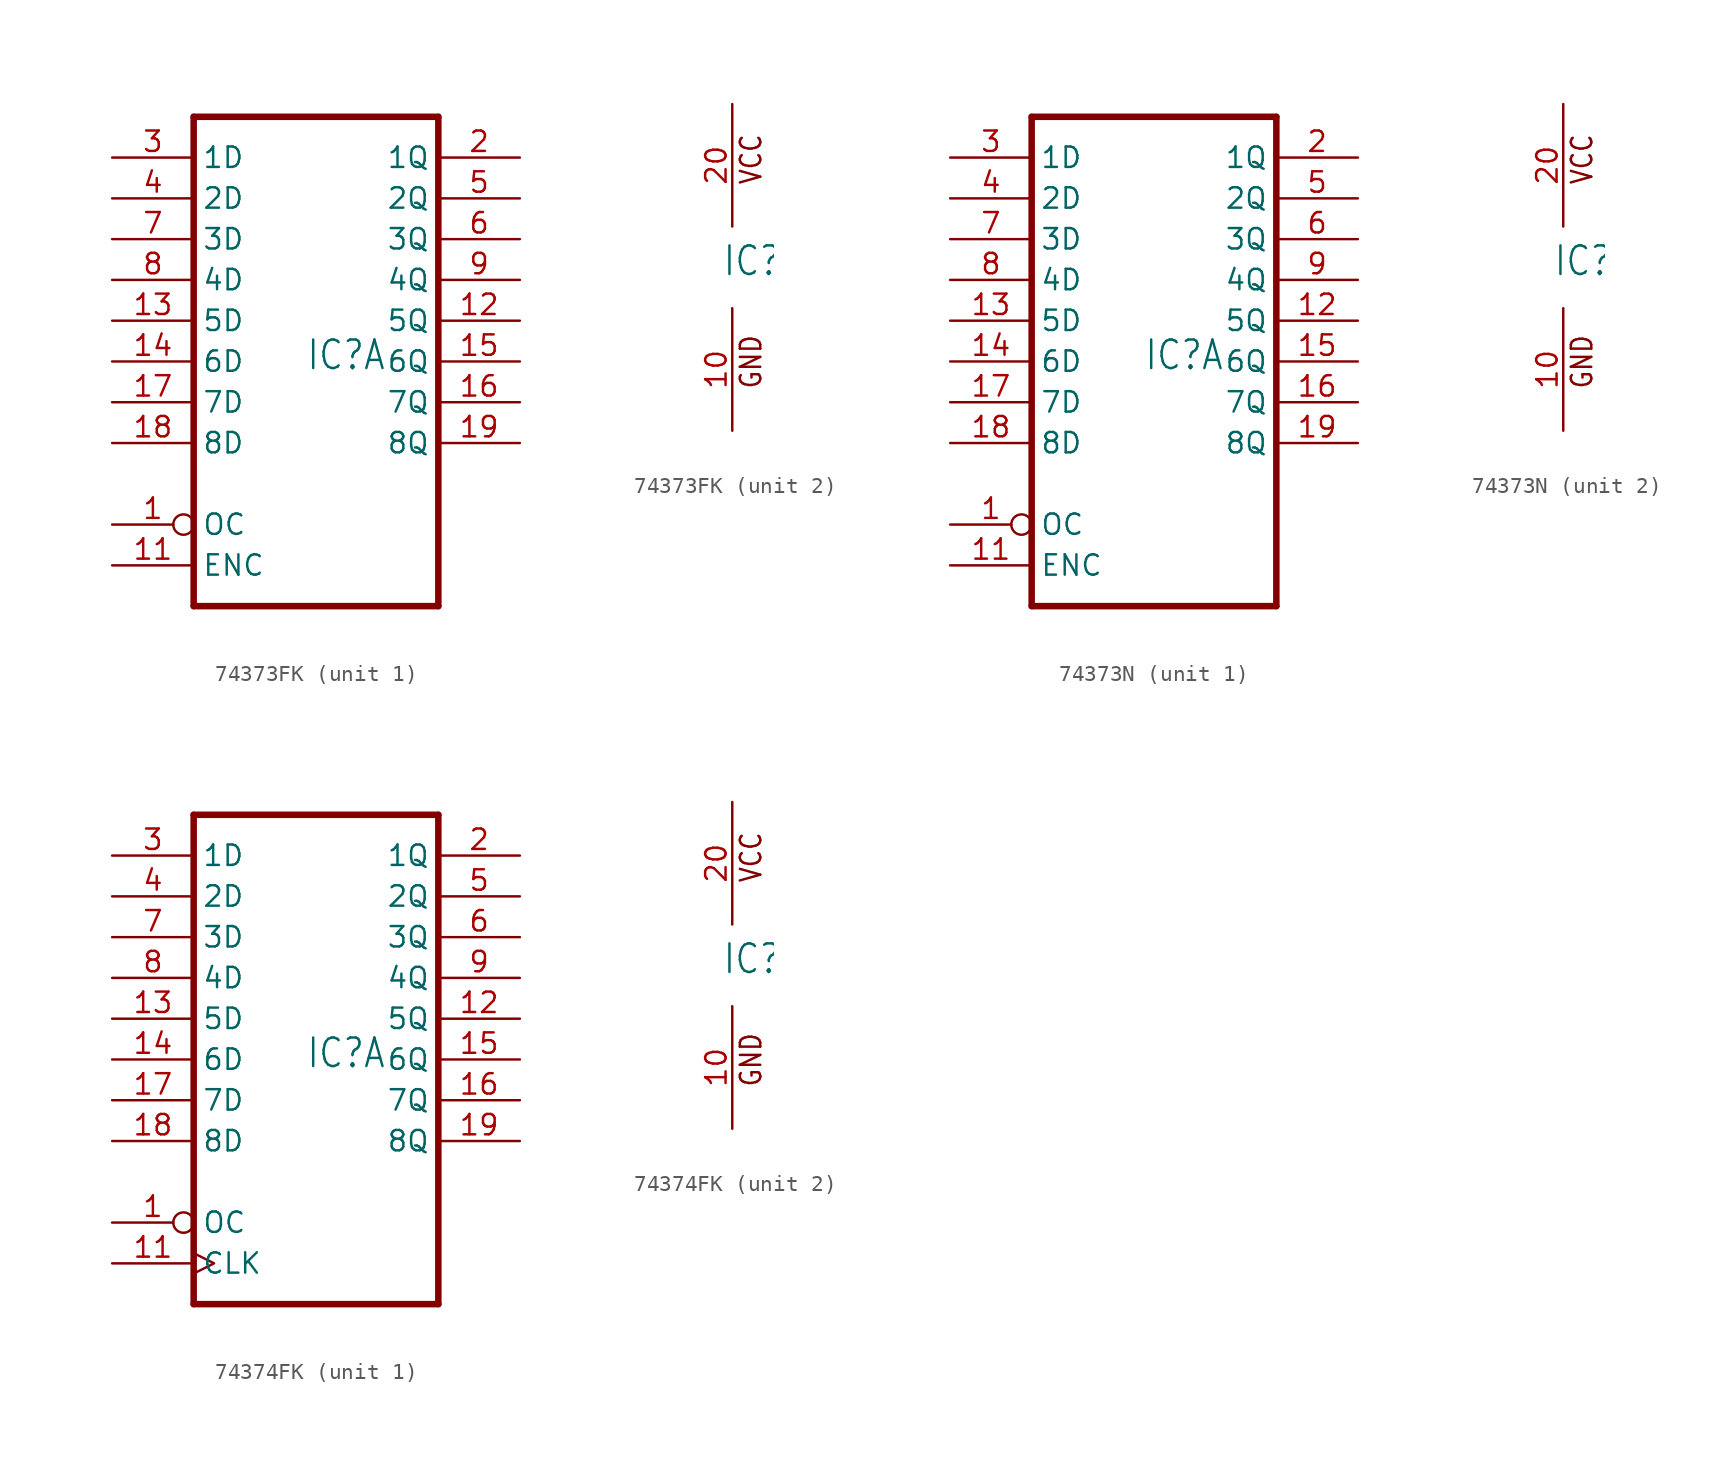
<source format=kicad_sym>
(kicad_symbol_lib
  (version 20220914)
  (generator kicad_symbol_editor)
  (symbol "74373FK"
    (property "Reference" "IC"
      (at -0.635 -0.635 0)
      (effects (font (size 1.778 1.511)) (justify left bottom)))
    (property "ki_locked" ""
      (at 0 0 0)
      (effects (font (size 1.27 1.27))))
    (symbol "74373FK_1_0"
      (polyline (pts (xy -7.62 -15.24) (xy 7.62 -15.24)) (stroke (width 0.406) (type default)) (fill (type none)))
      (polyline (pts (xy -7.62 15.24) (xy -7.62 -15.24)) (stroke (width 0.406) (type default)) (fill (type none)))
      (polyline (pts (xy 7.62 -15.24) (xy 7.62 15.24)) (stroke (width 0.406) (type default)) (fill (type none)))
      (polyline (pts (xy 7.62 15.24) (xy -7.62 15.24)) (stroke (width 0.406) (type default)) (fill (type none)))
      (pin input inverted (at -12.7 -10.16 0) (length 5.08) (name "OC" (effects (font (size 1.27 1.27)))) (number "1" (effects (font (size 1.27 1.27)))))
      (pin input line (at -12.7 -12.7 0) (length 5.08) (name "ENC" (effects (font (size 1.27 1.27)))) (number "11" (effects (font (size 1.27 1.27)))))
      (pin tri_state line (at 12.7 2.54 180) (length 5.08) (name "5Q" (effects (font (size 1.27 1.27)))) (number "12" (effects (font (size 1.27 1.27)))))
      (pin input line (at -12.7 2.54 0) (length 5.08) (name "5D" (effects (font (size 1.27 1.27)))) (number "13" (effects (font (size 1.27 1.27)))))
      (pin input line (at -12.7 0 0) (length 5.08) (name "6D" (effects (font (size 1.27 1.27)))) (number "14" (effects (font (size 1.27 1.27)))))
      (pin tri_state line (at 12.7 0 180) (length 5.08) (name "6Q" (effects (font (size 1.27 1.27)))) (number "15" (effects (font (size 1.27 1.27)))))
      (pin tri_state line (at 12.7 -2.54 180) (length 5.08) (name "7Q" (effects (font (size 1.27 1.27)))) (number "16" (effects (font (size 1.27 1.27)))))
      (pin input line (at -12.7 -2.54 0) (length 5.08) (name "7D" (effects (font (size 1.27 1.27)))) (number "17" (effects (font (size 1.27 1.27)))))
      (pin input line (at -12.7 -5.08 0) (length 5.08) (name "8D" (effects (font (size 1.27 1.27)))) (number "18" (effects (font (size 1.27 1.27)))))
      (pin tri_state line (at 12.7 -5.08 180) (length 5.08) (name "8Q" (effects (font (size 1.27 1.27)))) (number "19" (effects (font (size 1.27 1.27)))))
      (pin tri_state line (at 12.7 12.7 180) (length 5.08) (name "1Q" (effects (font (size 1.27 1.27)))) (number "2" (effects (font (size 1.27 1.27)))))
      (pin input line (at -12.7 12.7 0) (length 5.08) (name "1D" (effects (font (size 1.27 1.27)))) (number "3" (effects (font (size 1.27 1.27)))))
      (pin input line (at -12.7 10.16 0) (length 5.08) (name "2D" (effects (font (size 1.27 1.27)))) (number "4" (effects (font (size 1.27 1.27)))))
      (pin tri_state line (at 12.7 10.16 180) (length 5.08) (name "2Q" (effects (font (size 1.27 1.27)))) (number "5" (effects (font (size 1.27 1.27)))))
      (pin tri_state line (at 12.7 7.62 180) (length 5.08) (name "3Q" (effects (font (size 1.27 1.27)))) (number "6" (effects (font (size 1.27 1.27)))))
      (pin input line (at -12.7 7.62 0) (length 5.08) (name "3D" (effects (font (size 1.27 1.27)))) (number "7" (effects (font (size 1.27 1.27)))))
      (pin input line (at -12.7 5.08 0) (length 5.08) (name "4D" (effects (font (size 1.27 1.27)))) (number "8" (effects (font (size 1.27 1.27)))))
      (pin tri_state line (at 12.7 5.08 180) (length 5.08) (name "4Q" (effects (font (size 1.27 1.27)))) (number "9" (effects (font (size 1.27 1.27))))))
    (symbol "74373FK_2_0"
      (text "GND" (at 1.905 -7.62 900) (effects (font (size 1.27 1.079)) (justify left bottom)))
      (text "VCC" (at 1.905 5.08 900) (effects (font (size 1.27 1.079)) (justify left bottom)))
      (pin power_in line (at 0 -10.16 90) (length 7.62) (name "GND" (effects (font (size 0 0)))) (number "10" (effects (font (size 1.27 1.27)))))
      (pin power_in line (at 0 10.16 270) (length 7.62) (name "VCC" (effects (font (size 0 0)))) (number "20" (effects (font (size 1.27 1.27)))))))
  (symbol "74373N"
    (property "Reference" "IC"
      (at -0.635 -0.635 0)
      (effects (font (size 1.778 1.511)) (justify left bottom)))
    (property "ki_locked" ""
      (at 0 0 0)
      (effects (font (size 1.27 1.27))))
    (symbol "74373N_1_0"
      (polyline (pts (xy -7.62 -15.24) (xy 7.62 -15.24)) (stroke (width 0.406) (type default)) (fill (type none)))
      (polyline (pts (xy -7.62 15.24) (xy -7.62 -15.24)) (stroke (width 0.406) (type default)) (fill (type none)))
      (polyline (pts (xy 7.62 -15.24) (xy 7.62 15.24)) (stroke (width 0.406) (type default)) (fill (type none)))
      (polyline (pts (xy 7.62 15.24) (xy -7.62 15.24)) (stroke (width 0.406) (type default)) (fill (type none)))
      (pin input inverted (at -12.7 -10.16 0) (length 5.08) (name "OC" (effects (font (size 1.27 1.27)))) (number "1" (effects (font (size 1.27 1.27)))))
      (pin input line (at -12.7 -12.7 0) (length 5.08) (name "ENC" (effects (font (size 1.27 1.27)))) (number "11" (effects (font (size 1.27 1.27)))))
      (pin tri_state line (at 12.7 2.54 180) (length 5.08) (name "5Q" (effects (font (size 1.27 1.27)))) (number "12" (effects (font (size 1.27 1.27)))))
      (pin input line (at -12.7 2.54 0) (length 5.08) (name "5D" (effects (font (size 1.27 1.27)))) (number "13" (effects (font (size 1.27 1.27)))))
      (pin input line (at -12.7 0 0) (length 5.08) (name "6D" (effects (font (size 1.27 1.27)))) (number "14" (effects (font (size 1.27 1.27)))))
      (pin tri_state line (at 12.7 0 180) (length 5.08) (name "6Q" (effects (font (size 1.27 1.27)))) (number "15" (effects (font (size 1.27 1.27)))))
      (pin tri_state line (at 12.7 -2.54 180) (length 5.08) (name "7Q" (effects (font (size 1.27 1.27)))) (number "16" (effects (font (size 1.27 1.27)))))
      (pin input line (at -12.7 -2.54 0) (length 5.08) (name "7D" (effects (font (size 1.27 1.27)))) (number "17" (effects (font (size 1.27 1.27)))))
      (pin input line (at -12.7 -5.08 0) (length 5.08) (name "8D" (effects (font (size 1.27 1.27)))) (number "18" (effects (font (size 1.27 1.27)))))
      (pin tri_state line (at 12.7 -5.08 180) (length 5.08) (name "8Q" (effects (font (size 1.27 1.27)))) (number "19" (effects (font (size 1.27 1.27)))))
      (pin tri_state line (at 12.7 12.7 180) (length 5.08) (name "1Q" (effects (font (size 1.27 1.27)))) (number "2" (effects (font (size 1.27 1.27)))))
      (pin input line (at -12.7 12.7 0) (length 5.08) (name "1D" (effects (font (size 1.27 1.27)))) (number "3" (effects (font (size 1.27 1.27)))))
      (pin input line (at -12.7 10.16 0) (length 5.08) (name "2D" (effects (font (size 1.27 1.27)))) (number "4" (effects (font (size 1.27 1.27)))))
      (pin tri_state line (at 12.7 10.16 180) (length 5.08) (name "2Q" (effects (font (size 1.27 1.27)))) (number "5" (effects (font (size 1.27 1.27)))))
      (pin tri_state line (at 12.7 7.62 180) (length 5.08) (name "3Q" (effects (font (size 1.27 1.27)))) (number "6" (effects (font (size 1.27 1.27)))))
      (pin input line (at -12.7 7.62 0) (length 5.08) (name "3D" (effects (font (size 1.27 1.27)))) (number "7" (effects (font (size 1.27 1.27)))))
      (pin input line (at -12.7 5.08 0) (length 5.08) (name "4D" (effects (font (size 1.27 1.27)))) (number "8" (effects (font (size 1.27 1.27)))))
      (pin tri_state line (at 12.7 5.08 180) (length 5.08) (name "4Q" (effects (font (size 1.27 1.27)))) (number "9" (effects (font (size 1.27 1.27))))))
    (symbol "74373N_2_0"
      (text "GND" (at 1.905 -7.62 900) (effects (font (size 1.27 1.079)) (justify left bottom)))
      (text "VCC" (at 1.905 5.08 900) (effects (font (size 1.27 1.079)) (justify left bottom)))
      (pin power_in line (at 0 -10.16 90) (length 7.62) (name "GND" (effects (font (size 0 0)))) (number "10" (effects (font (size 1.27 1.27)))))
      (pin power_in line (at 0 10.16 270) (length 7.62) (name "VCC" (effects (font (size 0 0)))) (number "20" (effects (font (size 1.27 1.27)))))))
  (symbol "74374FK"
    (property "Reference" "IC"
      (at -0.635 -0.635 0)
      (effects (font (size 1.778 1.511)) (justify left bottom)))
    (property "ki_locked" ""
      (at 0 0 0)
      (effects (font (size 1.27 1.27))))
    (symbol "74374FK_1_0"
      (polyline (pts (xy -7.62 -15.24) (xy 7.62 -15.24)) (stroke (width 0.406) (type default)) (fill (type none)))
      (polyline (pts (xy -7.62 15.24) (xy -7.62 -15.24)) (stroke (width 0.406) (type default)) (fill (type none)))
      (polyline (pts (xy 7.62 -15.24) (xy 7.62 15.24)) (stroke (width 0.406) (type default)) (fill (type none)))
      (polyline (pts (xy 7.62 15.24) (xy -7.62 15.24)) (stroke (width 0.406) (type default)) (fill (type none)))
      (pin input inverted (at -12.7 -10.16 0) (length 5.08) (name "OC" (effects (font (size 1.27 1.27)))) (number "1" (effects (font (size 1.27 1.27)))))
      (pin input clock (at -12.7 -12.7 0) (length 5.08) (name "CLK" (effects (font (size 1.27 1.27)))) (number "11" (effects (font (size 1.27 1.27)))))
      (pin tri_state line (at 12.7 2.54 180) (length 5.08) (name "5Q" (effects (font (size 1.27 1.27)))) (number "12" (effects (font (size 1.27 1.27)))))
      (pin input line (at -12.7 2.54 0) (length 5.08) (name "5D" (effects (font (size 1.27 1.27)))) (number "13" (effects (font (size 1.27 1.27)))))
      (pin input line (at -12.7 0 0) (length 5.08) (name "6D" (effects (font (size 1.27 1.27)))) (number "14" (effects (font (size 1.27 1.27)))))
      (pin tri_state line (at 12.7 0 180) (length 5.08) (name "6Q" (effects (font (size 1.27 1.27)))) (number "15" (effects (font (size 1.27 1.27)))))
      (pin tri_state line (at 12.7 -2.54 180) (length 5.08) (name "7Q" (effects (font (size 1.27 1.27)))) (number "16" (effects (font (size 1.27 1.27)))))
      (pin input line (at -12.7 -2.54 0) (length 5.08) (name "7D" (effects (font (size 1.27 1.27)))) (number "17" (effects (font (size 1.27 1.27)))))
      (pin input line (at -12.7 -5.08 0) (length 5.08) (name "8D" (effects (font (size 1.27 1.27)))) (number "18" (effects (font (size 1.27 1.27)))))
      (pin tri_state line (at 12.7 -5.08 180) (length 5.08) (name "8Q" (effects (font (size 1.27 1.27)))) (number "19" (effects (font (size 1.27 1.27)))))
      (pin tri_state line (at 12.7 12.7 180) (length 5.08) (name "1Q" (effects (font (size 1.27 1.27)))) (number "2" (effects (font (size 1.27 1.27)))))
      (pin input line (at -12.7 12.7 0) (length 5.08) (name "1D" (effects (font (size 1.27 1.27)))) (number "3" (effects (font (size 1.27 1.27)))))
      (pin input line (at -12.7 10.16 0) (length 5.08) (name "2D" (effects (font (size 1.27 1.27)))) (number "4" (effects (font (size 1.27 1.27)))))
      (pin tri_state line (at 12.7 10.16 180) (length 5.08) (name "2Q" (effects (font (size 1.27 1.27)))) (number "5" (effects (font (size 1.27 1.27)))))
      (pin tri_state line (at 12.7 7.62 180) (length 5.08) (name "3Q" (effects (font (size 1.27 1.27)))) (number "6" (effects (font (size 1.27 1.27)))))
      (pin input line (at -12.7 7.62 0) (length 5.08) (name "3D" (effects (font (size 1.27 1.27)))) (number "7" (effects (font (size 1.27 1.27)))))
      (pin input line (at -12.7 5.08 0) (length 5.08) (name "4D" (effects (font (size 1.27 1.27)))) (number "8" (effects (font (size 1.27 1.27)))))
      (pin tri_state line (at 12.7 5.08 180) (length 5.08) (name "4Q" (effects (font (size 1.27 1.27)))) (number "9" (effects (font (size 1.27 1.27))))))
    (symbol "74374FK_2_0"
      (text "GND" (at 1.905 -7.62 900) (effects (font (size 1.27 1.079)) (justify left bottom)))
      (text "VCC" (at 1.905 5.08 900) (effects (font (size 1.27 1.079)) (justify left bottom)))
      (pin power_in line (at 0 -10.16 90) (length 7.62) (name "GND" (effects (font (size 0 0)))) (number "10" (effects (font (size 1.27 1.27)))))
      (pin power_in line (at 0 10.16 270) (length 7.62) (name "VCC" (effects (font (size 0 0)))) (number "20" (effects (font (size 1.27 1.27))))))))
</source>
